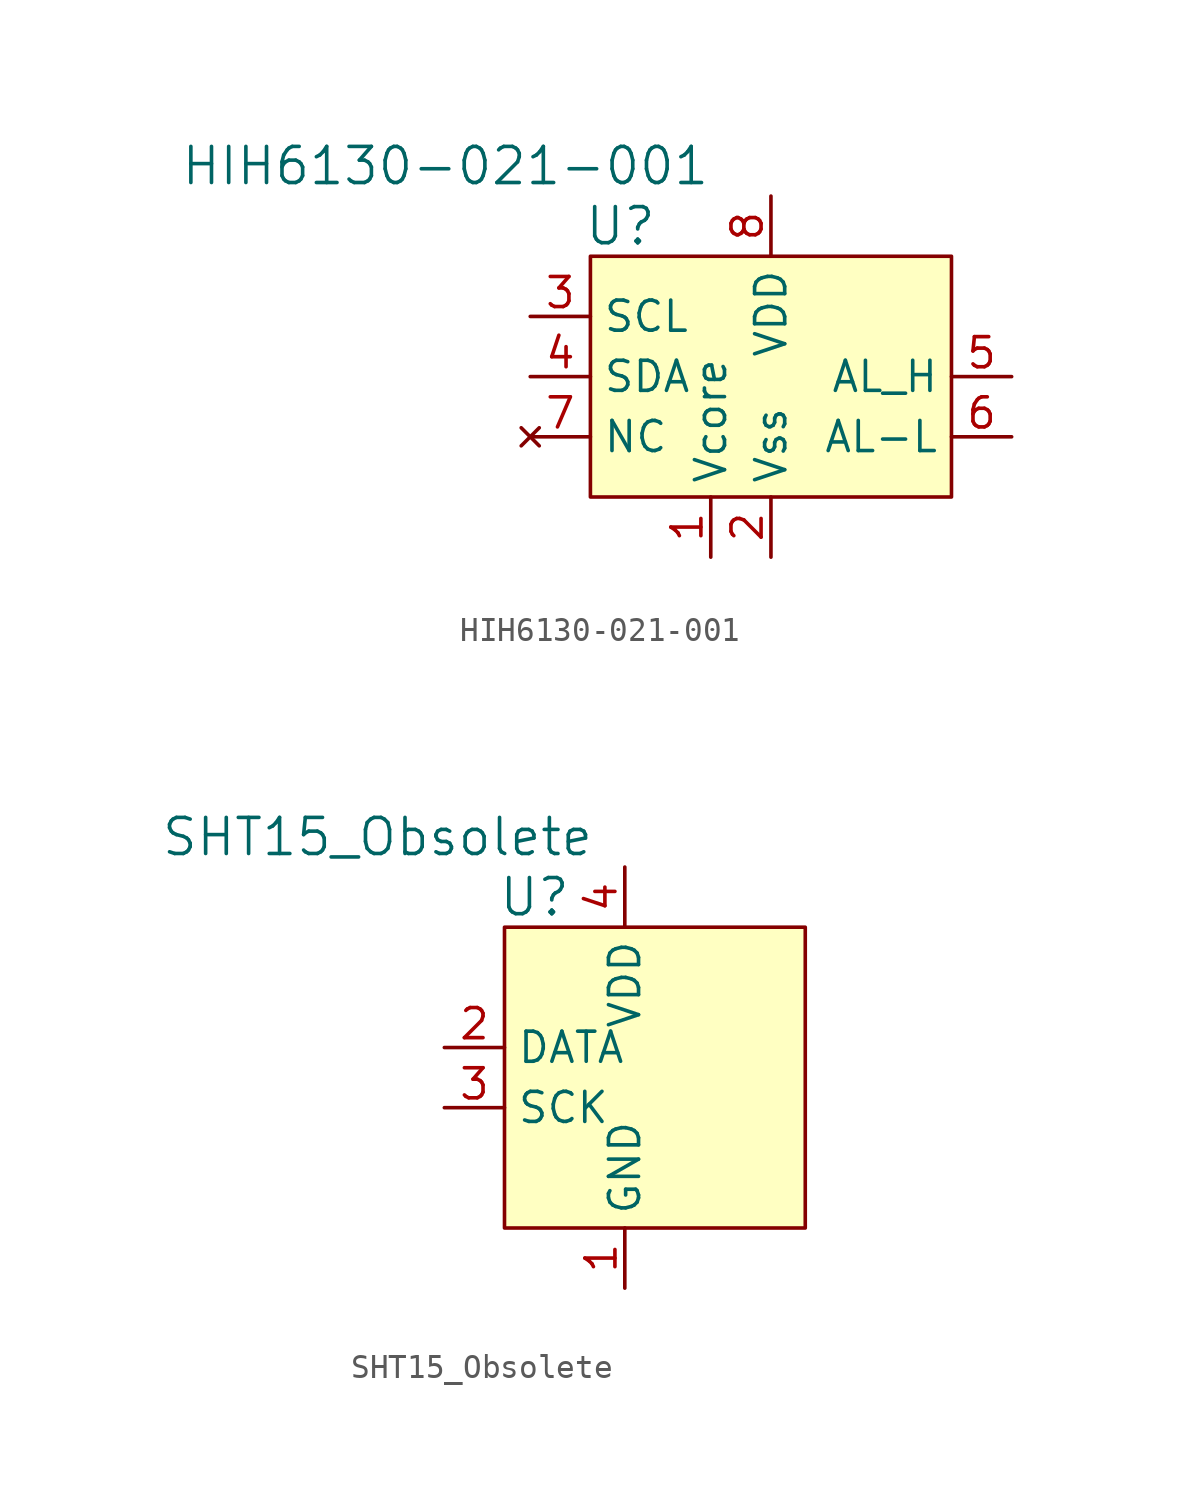
<source format=kicad_sym>
(kicad_symbol_lib
  (version 20211014)
  (generator kicad_symbol_editor)
  (symbol "HIH6130-021-001"
    (property "Reference" "U"
      (at -6.35 8.89 0)
      (effects (font (size 1.524 1.524))))
    (property "Value" "HIH6130-021-001"
      (at -2.54 11.43 0)
      (effects (font (size 1.524 1.524)) (justify right)))
    (symbol "HIH6130-021-001_0_1"
      (rectangle (start -7.62 7.62) (end 7.62 -2.54) (stroke (width 0) (type default) (color 0 0 0 0)) (fill (type background))))
    (symbol "HIH6130-021-001_1_1"
      (pin passive line (at -2.54 -5.08 90) (length 2.54) (name "Vcore" (effects (font (size 1.27 1.27)))) (number "1" (effects (font (size 1.27 1.27)))))
      (pin power_in line (at 0 -5.08 90) (length 2.54) (name "Vss" (effects (font (size 1.27 1.27)))) (number "2" (effects (font (size 1.27 1.27)))))
      (pin input line (at -10.16 5.08 0) (length 2.54) (name "SCL" (effects (font (size 1.27 1.27)))) (number "3" (effects (font (size 1.27 1.27)))))
      (pin bidirectional line (at -10.16 2.54 0) (length 2.54) (name "SDA" (effects (font (size 1.27 1.27)))) (number "4" (effects (font (size 1.27 1.27)))))
      (pin output line (at 10.16 2.54 180) (length 2.54) (name "AL_H" (effects (font (size 1.27 1.27)))) (number "5" (effects (font (size 1.27 1.27)))))
      (pin output line (at 10.16 0 180) (length 2.54) (name "AL-L" (effects (font (size 1.27 1.27)))) (number "6" (effects (font (size 1.27 1.27)))))
      (pin no_connect line (at -10.16 0 0) (length 2.54) (name "NC" (effects (font (size 1.27 1.27)))) (number "7" (effects (font (size 1.27 1.27)))))
      (pin power_in line (at 0 10.16 270) (length 2.54) (name "VDD" (effects (font (size 1.27 1.27)))) (number "8" (effects (font (size 1.27 1.27)))))))
  (symbol "SHT15_Obsolete"
    (property "Reference" "U"
      (at -6.35 8.89 0)
      (effects (font (size 1.524 1.524))))
    (property "Value" "SHT15_Obsolete"
      (at -3.81 11.43 0)
      (effects (font (size 1.524 1.524)) (justify right)))
    (symbol "SHT15_Obsolete_0_1"
      (rectangle (start -7.62 7.62) (end 5.08 -5.08) (stroke (width 0) (type default) (color 0 0 0 0)) (fill (type background))))
    (symbol "SHT15_Obsolete_1_1"
      (pin power_in line (at -2.54 -7.62 90) (length 2.54) (name "GND" (effects (font (size 1.27 1.27)))) (number "1" (effects (font (size 1.27 1.27)))))
      (pin bidirectional line (at -10.16 2.54 0) (length 2.54) (name "DATA" (effects (font (size 1.27 1.27)))) (number "2" (effects (font (size 1.27 1.27)))))
      (pin input line (at -10.16 0 0) (length 2.54) (name "SCK" (effects (font (size 1.27 1.27)))) (number "3" (effects (font (size 1.27 1.27)))))
      (pin power_in line (at -2.54 10.16 270) (length 2.54) (name "VDD" (effects (font (size 1.27 1.27)))) (number "4" (effects (font (size 1.27 1.27)))))
      (pin no_connect line (at 5.08 5.08 180) (length 2.54) hide (name "NC" (effects (font (size 1.27 1.27)))) (number "5" (effects (font (size 1.27 1.27)))))
      (pin no_connect line (at 5.08 2.54 180) (length 2.54) hide (name "NC" (effects (font (size 1.27 1.27)))) (number "6" (effects (font (size 1.27 1.27)))))
      (pin no_connect line (at 5.08 0 180) (length 2.54) hide (name "NC" (effects (font (size 1.27 1.27)))) (number "7" (effects (font (size 1.27 1.27)))))
      (pin no_connect line (at 5.08 -2.54 180) (length 2.54) hide (name "NC" (effects (font (size 1.27 1.27)))) (number "8" (effects (font (size 1.27 1.27))))))))
</source>
